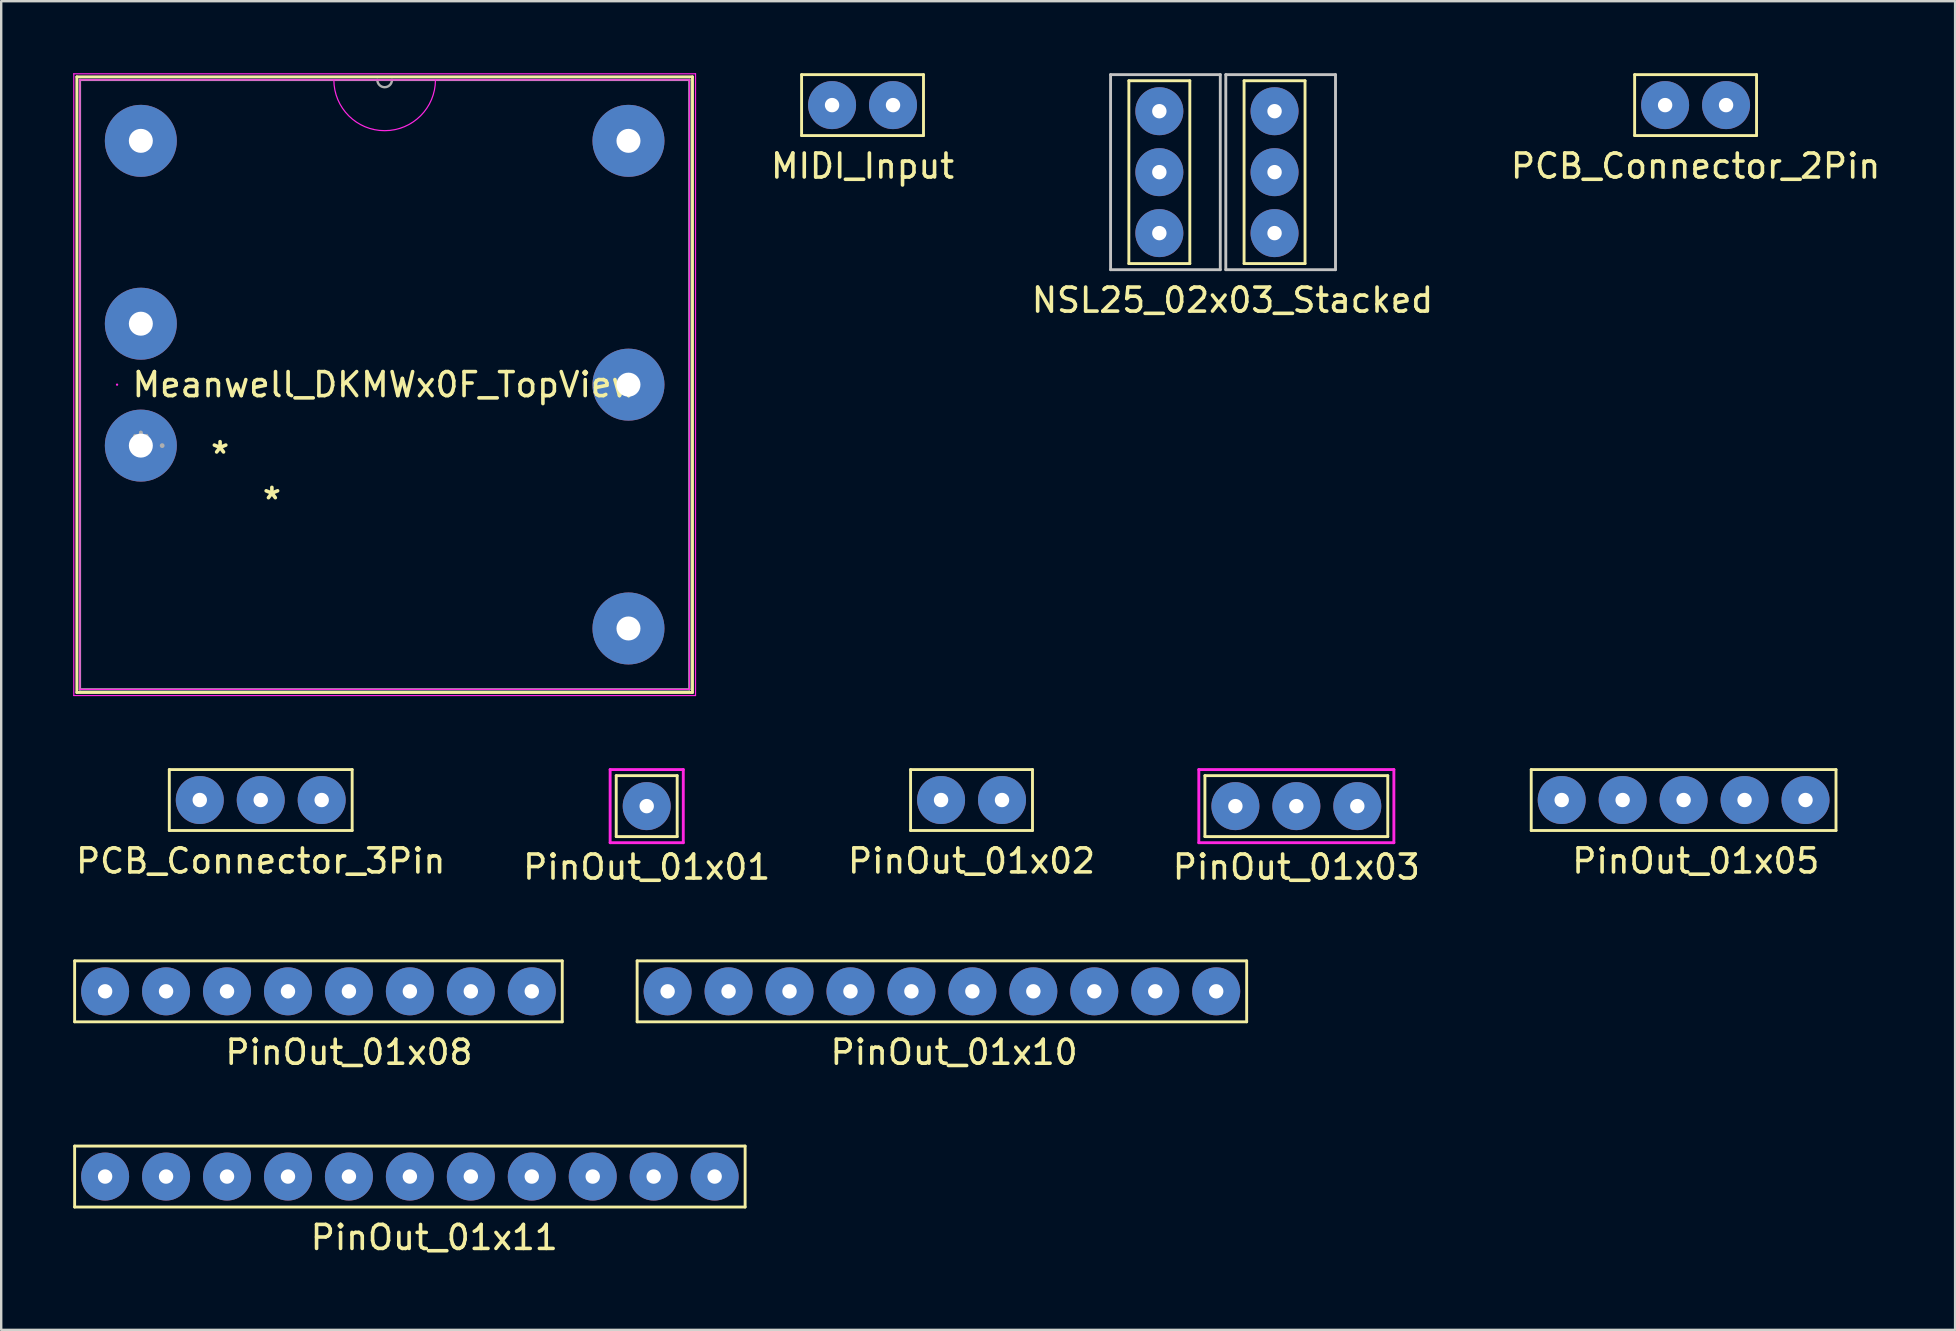
<source format=kicad_pcb>
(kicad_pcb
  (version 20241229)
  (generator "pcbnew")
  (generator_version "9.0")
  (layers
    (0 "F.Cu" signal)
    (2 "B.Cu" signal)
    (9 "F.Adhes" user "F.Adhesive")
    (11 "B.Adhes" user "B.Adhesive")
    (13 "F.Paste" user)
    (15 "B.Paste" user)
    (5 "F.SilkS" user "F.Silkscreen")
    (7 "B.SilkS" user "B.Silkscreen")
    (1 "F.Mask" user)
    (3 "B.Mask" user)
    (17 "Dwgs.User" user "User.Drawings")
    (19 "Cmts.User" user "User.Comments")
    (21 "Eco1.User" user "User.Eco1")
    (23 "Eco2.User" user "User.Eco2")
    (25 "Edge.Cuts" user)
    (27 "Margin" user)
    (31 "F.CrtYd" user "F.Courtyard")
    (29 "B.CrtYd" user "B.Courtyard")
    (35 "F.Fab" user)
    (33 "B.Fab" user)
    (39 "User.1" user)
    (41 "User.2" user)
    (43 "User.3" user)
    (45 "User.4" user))
  (footprint "PinOut_01x01"
    (layer "F.Cu")
    (at 23.899 30.542)
    (property "Reference" "PinOut_01x01" (at 0 2.54 0) (layer "F.SilkS") (effects (font (size 1 1) (thickness 0.15))))
    (attr through_hole)
    (fp_line (start -1.27 -1.27) (end 1.27 -1.27) (stroke (width 0.12) (type solid)) (layer "F.SilkS"))
    (fp_line (start -1.27 1.27) (end -1.27 -1.27) (stroke (width 0.12) (type solid)) (layer "F.SilkS"))
    (fp_line (start 1.27 -1.27) (end 1.27 1.27) (stroke (width 0.12) (type solid)) (layer "F.SilkS"))
    (fp_line (start 1.27 1.27) (end -1.27 1.27) (stroke (width 0.12) (type solid)) (layer "F.SilkS"))
    (fp_line (start -1.524 -1.524) (end 1.524 -1.524) (stroke (width 0.12) (type solid)) (layer "F.CrtYd"))
    (fp_line (start -1.524 1.524) (end -1.524 -1.524) (stroke (width 0.12) (type solid)) (layer "F.CrtYd"))
    (fp_line (start 1.524 -1.524) (end 1.524 1.524) (stroke (width 0.12) (type solid)) (layer "F.CrtYd"))
    (fp_line (start 1.524 1.524) (end -1.524 1.524) (stroke (width 0.12) (type solid)) (layer "F.CrtYd"))
    (pad "1" thru_hole circle (at 0 0) (size 2 2) (drill 0.6) (layers "*.Cu" "*.Mask")))
  (footprint "PinOut_01x11"
    (layer "F.Cu")
    (at 1.33 45.978)
    (property "Reference" "PinOut_01x11" (at 13.716 2.54 0) (layer "F.SilkS") (effects (font (size 1 1) (thickness 0.15))))
    (attr through_hole)
    (fp_line (start -1.27 -1.27) (end 26.67 -1.27) (stroke (width 0.12) (type solid)) (layer "F.SilkS"))
    (fp_line (start -1.27 1.27) (end -1.27 -1.27) (stroke (width 0.12) (type solid)) (layer "F.SilkS"))
    (fp_line (start 26.67 -1.27) (end 26.67 1.27) (stroke (width 0.12) (type solid)) (layer "F.SilkS"))
    (fp_line (start 26.67 1.27) (end -1.27 1.27) (stroke (width 0.12) (type solid)) (layer "F.SilkS"))
    (pad "1" thru_hole circle (at 0 0) (size 2 2) (drill 0.6) (layers "*.Cu" "*.Mask"))
    (pad "2" thru_hole circle (at 2.54 0) (size 2 2) (drill 0.6) (layers "*.Cu" "*.Mask"))
    (pad "3" thru_hole circle (at 5.08 0) (size 2 2) (drill 0.6) (layers "*.Cu" "*.Mask"))
    (pad "4" thru_hole circle (at 7.62 0) (size 2 2) (drill 0.6) (layers "*.Cu" "*.Mask"))
    (pad "5" thru_hole circle (at 10.16 0) (size 2 2) (drill 0.6) (layers "*.Cu" "*.Mask"))
    (pad "6" thru_hole circle (at 12.7 0) (size 2 2) (drill 0.6) (layers "*.Cu" "*.Mask"))
    (pad "7" thru_hole circle (at 15.24 0) (size 2 2) (drill 0.6) (layers "*.Cu" "*.Mask"))
    (pad "8" thru_hole circle (at 17.78 0) (size 2 2) (drill 0.6) (layers "*.Cu" "*.Mask"))
    (pad "9" thru_hole circle (at 20.32 0) (size 2 2) (drill 0.6) (layers "*.Cu" "*.Mask"))
    (pad "10" thru_hole circle (at 22.86 0) (size 2 2) (drill 0.6) (layers "*.Cu" "*.Mask"))
    (pad "11" thru_hole circle (at 25.4 0) (size 2 2) (drill 0.6) (layers "*.Cu" "*.Mask")))
  (footprint "PCB_Connector_2Pin"
    (layer "F.Cu")
    (at 66.337 1.33)
    (property "Reference" "PCB_Connector_2Pin" (at 1.27 2.54 0) (layer "F.SilkS") (effects (font (size 1 1) (thickness 0.15))))
    (attr through_hole)
    (fp_line (start -1.27 -1.27) (end 3.81 -1.27) (stroke (width 0.12) (type solid)) (layer "F.SilkS"))
    (fp_line (start -1.27 1.27) (end -1.27 -1.27) (stroke (width 0.12) (type solid)) (layer "F.SilkS"))
    (fp_line (start 3.81 -1.27) (end 3.81 1.27) (stroke (width 0.12) (type solid)) (layer "F.SilkS"))
    (fp_line (start 3.81 1.27) (end -1.27 1.27) (stroke (width 0.12) (type solid)) (layer "F.SilkS"))
    (pad "1" thru_hole oval (at 0 0) (size 2 2) (drill 0.6) (layers "*.Cu" "*.Mask"))
    (pad "2" thru_hole oval (at 2.54 0) (size 2 2) (drill 0.6) (layers "*.Cu" "*.Mask")))
  (footprint "PCB_Connector_3Pin"
    (layer "F.Cu")
    (at 5.275 30.288)
    (property "Reference" "PCB_Connector_3Pin" (at 2.54 2.54 0) (layer "F.SilkS") (effects (font (size 1 1) (thickness 0.15))))
    (attr through_hole)
    (fp_line (start -1.27 -1.27) (end 6.35 -1.27) (stroke (width 0.12) (type solid)) (layer "F.SilkS"))
    (fp_line (start -1.27 1.27) (end -1.27 -1.27) (stroke (width 0.12) (type solid)) (layer "F.SilkS"))
    (fp_line (start 6.35 -1.27) (end 6.35 1.27) (stroke (width 0.12) (type solid)) (layer "F.SilkS"))
    (fp_line (start 6.35 1.27) (end -1.27 1.27) (stroke (width 0.12) (type solid)) (layer "F.SilkS"))
    (pad "1" thru_hole oval (at 0 0) (size 2 2) (drill 0.6) (layers "*.Cu" "*.Mask"))
    (pad "2" thru_hole oval (at 2.54 0) (size 2 2) (drill 0.6) (layers "*.Cu" "*.Mask"))
    (pad "3" thru_hole oval (at 5.08 0) (size 2 2) (drill 0.6) (layers "*.Cu" "*.Mask")))
  (footprint "Meanwell_DKMWx0F_TopView"
    (layer "F.Cu")
    (at 2.819 15.519)
    (property "Reference" "Meanwell_DKMWx0F_TopView" (at 10.16 -2.54 180) (layer "F.SilkS") (effects (font (size 1 1) (thickness 0.15))))
    (attr through_hole)
    (fp_line (start -2.667 -15.367) (end -2.667 10.287) (stroke (width 0.12) (type solid)) (layer "F.SilkS"))
    (fp_line (start -2.667 10.287) (end 22.987 10.287) (stroke (width 0.12) (type solid)) (layer "F.SilkS"))
    (fp_line (start 22.987 -15.367) (end -2.667 -15.367) (stroke (width 0.12) (type solid)) (layer "F.SilkS"))
    (fp_line (start 22.987 10.287) (end 22.987 -15.367) (stroke (width 0.12) (type solid)) (layer "F.SilkS"))
    (fp_line (start -2.794 -15.494) (end 23.114 -15.494) (stroke (width 0.05) (type solid)) (layer "F.CrtYd"))
    (fp_line (start -2.794 10.414) (end -2.794 -15.494) (stroke (width 0.05) (type solid)) (layer "F.CrtYd"))
    (fp_line (start -2.54 -15.24) (end 22.86 -15.24) (stroke (width 0.05) (type solid)) (layer "F.CrtYd"))
    (fp_line (start -2.54 10.16) (end -2.54 -15.24) (stroke (width 0.05) (type solid)) (layer "F.CrtYd"))
    (fp_line (start 22.86 -15.24) (end 22.86 10.16) (stroke (width 0.05) (type solid)) (layer "F.CrtYd"))
    (fp_line (start 22.86 10.16) (end -2.54 10.16) (stroke (width 0.05) (type solid)) (layer "F.CrtYd"))
    (fp_line (start 23.114 -15.494) (end 23.114 10.414) (stroke (width 0.05) (type solid)) (layer "F.CrtYd"))
    (fp_line (start 23.114 10.414) (end -2.794 10.414) (stroke (width 0.05) (type solid)) (layer "F.CrtYd"))
    (fp_arc (start 12.276667 -15.24) (mid 10.16 -13.123333) (end 8.043333 -15.24) (stroke (width 0.05) (type solid)) (layer "F.CrtYd"))
    (fp_circle (center -0.991 -2.54) (end -0.991 -2.54) (stroke (width 0.05) (type solid)) (fill no) (layer "F.CrtYd"))
    (fp_line (start -2.54 -15.24) (end -2.54 10.16) (stroke (width 0.1) (type solid)) (layer "F.Fab"))
    (fp_line (start -2.54 10.16) (end 22.86 10.16) (stroke (width 0.1) (type solid)) (layer "F.Fab"))
    (fp_line (start 22.86 -15.24) (end -2.54 -15.24) (stroke (width 0.1) (type solid)) (layer "F.Fab"))
    (fp_line (start 22.86 10.16) (end 22.86 -15.24) (stroke (width 0.1) (type solid)) (layer "F.Fab"))
    (fp_arc (start 10.4648 -15.24) (mid 10.16 -14.9352) (end 9.8552 -15.24) (stroke (width 0.1) (type solid)) (layer "F.Fab"))
    (fp_circle (center 0.889 0) (end 0.889 0) (stroke (width 0.1) (type solid)) (fill no) (layer "F.Fab"))
    (fp_text user "*" (at 3.302 0.381 180) (layer "F.SilkS") (effects (font (size 1 1) (thickness 0.15))))
    (fp_text user "*" (at 5.461 2.286 180) (layer "F.SilkS") (effects (font (size 1 1) (thickness 0.15))))
    (fp_text user "Copyright 2021 Accelerated Designs. All rights reserved." (at 0 0 180) (layer "Cmts.User") (effects (font (size 0.127 0.127) (thickness 0.002))))
    (fp_text user "*" (at 0 0 180) (layer "F.Fab") (effects (font (size 1 1) (thickness 0.15))))
    (fp_text user "*" (at 0 0 180) (layer "F.Fab") (effects (font (size 1 1) (thickness 0.15))))
    (pad "1" thru_hole circle (at 0 0) (size 3 3) (drill 1) (layers "*.Cu" "*.Mask"))
    (pad "2" thru_hole circle (at 0 -5.08) (size 3 3) (drill 1) (layers "*.Cu" "*.Mask"))
    (pad "3" thru_hole circle (at 0 -12.7) (size 3 3) (drill 1) (layers "*.Cu" "*.Mask"))
    (pad "4" thru_hole circle (at 20.32 -12.7) (size 3 3) (drill 1) (layers "*.Cu" "*.Mask"))
    (pad "5" thru_hole circle (at 20.32 -2.54) (size 3 3) (drill 1) (layers "*.Cu" "*.Mask"))
    (pad "6" thru_hole circle (at 20.32 7.62) (size 3 3) (drill 1) (layers "*.Cu" "*.Mask")))
  (footprint "PinOut_01x03"
    (layer "F.Cu")
    (at 48.43 30.542)
    (property "Reference" "PinOut_01x03" (at 2.54 2.54 0) (layer "F.SilkS") (effects (font (size 1 1) (thickness 0.15))))
    (attr through_hole)
    (fp_line (start -1.27 -1.27) (end 6.35 -1.27) (stroke (width 0.12) (type solid)) (layer "F.SilkS"))
    (fp_line (start -1.27 1.27) (end -1.27 -1.27) (stroke (width 0.12) (type solid)) (layer "F.SilkS"))
    (fp_line (start 6.35 -1.27) (end 6.35 1.27) (stroke (width 0.12) (type solid)) (layer "F.SilkS"))
    (fp_line (start 6.35 1.27) (end -1.27 1.27) (stroke (width 0.12) (type solid)) (layer "F.SilkS"))
    (fp_line (start -1.524 -1.524) (end 6.604 -1.524) (stroke (width 0.12) (type solid)) (layer "F.CrtYd"))
    (fp_line (start -1.524 1.524) (end -1.524 -1.524) (stroke (width 0.12) (type solid)) (layer "F.CrtYd"))
    (fp_line (start 6.604 -1.524) (end 6.604 1.524) (stroke (width 0.12) (type solid)) (layer "F.CrtYd"))
    (fp_line (start 6.604 1.524) (end -1.524 1.524) (stroke (width 0.12) (type solid)) (layer "F.CrtYd"))
    (pad "1" thru_hole circle (at 0 0) (size 2 2) (drill 0.6) (layers "*.Cu" "*.Mask"))
    (pad "2" thru_hole circle (at 2.54 0) (size 2 2) (drill 0.6) (layers "*.Cu" "*.Mask"))
    (pad "3" thru_hole circle (at 5.08 0) (size 2 2) (drill 0.6) (layers "*.Cu" "*.Mask")))
  (footprint "PinOut_01x10"
    (layer "F.Cu")
    (at 24.77 38.26)
    (property "Reference" "PinOut_01x10" (at 11.938 2.54 0) (layer "F.SilkS") (effects (font (size 1 1) (thickness 0.15))))
    (attr through_hole)
    (fp_line (start -1.27 -1.27) (end 24.13 -1.27) (stroke (width 0.12) (type solid)) (layer "F.SilkS"))
    (fp_line (start -1.27 1.27) (end -1.27 -1.27) (stroke (width 0.12) (type solid)) (layer "F.SilkS"))
    (fp_line (start 24.13 -1.27) (end 24.13 1.27) (stroke (width 0.12) (type solid)) (layer "F.SilkS"))
    (fp_line (start 24.13 1.27) (end -1.27 1.27) (stroke (width 0.12) (type solid)) (layer "F.SilkS"))
    (pad "1" thru_hole circle (at 0 0) (size 2 2) (drill 0.6) (layers "*.Cu" "*.Mask"))
    (pad "2" thru_hole circle (at 2.54 0) (size 2 2) (drill 0.6) (layers "*.Cu" "*.Mask"))
    (pad "3" thru_hole circle (at 5.08 0) (size 2 2) (drill 0.6) (layers "*.Cu" "*.Mask"))
    (pad "4" thru_hole circle (at 7.62 0) (size 2 2) (drill 0.6) (layers "*.Cu" "*.Mask"))
    (pad "5" thru_hole circle (at 10.16 0) (size 2 2) (drill 0.6) (layers "*.Cu" "*.Mask"))
    (pad "6" thru_hole circle (at 12.7 0) (size 2 2) (drill 0.6) (layers "*.Cu" "*.Mask"))
    (pad "7" thru_hole circle (at 15.24 0) (size 2 2) (drill 0.6) (layers "*.Cu" "*.Mask"))
    (pad "8" thru_hole circle (at 17.78 0) (size 2 2) (drill 0.6) (layers "*.Cu" "*.Mask"))
    (pad "9" thru_hole circle (at 20.32 0) (size 2 2) (drill 0.6) (layers "*.Cu" "*.Mask"))
    (pad "10" thru_hole circle (at 22.86 0) (size 2 2) (drill 0.6) (layers "*.Cu" "*.Mask")))
  (footprint "MIDI_Input"
    (layer "F.Cu")
    (at 31.623 1.33)
    (property "Reference" "MIDI_Input" (at 1.27 2.54 0) (layer "F.SilkS") (effects (font (size 1 1) (thickness 0.15))))
    (attr through_hole)
    (fp_line (start -1.27 -1.27) (end 3.81 -1.27) (stroke (width 0.12) (type solid)) (layer "F.SilkS"))
    (fp_line (start -1.27 1.27) (end -1.27 -1.27) (stroke (width 0.12) (type solid)) (layer "F.SilkS"))
    (fp_line (start 3.81 -1.27) (end 3.81 1.27) (stroke (width 0.12) (type solid)) (layer "F.SilkS"))
    (fp_line (start 3.81 1.27) (end -1.27 1.27) (stroke (width 0.12) (type solid)) (layer "F.SilkS"))
    (pad "4" thru_hole circle (at 0 0) (size 2 2) (drill 0.6) (layers "*.Cu" "*.Mask"))
    (pad "5" thru_hole circle (at 2.54 0) (size 2 2) (drill 0.6) (layers "*.Cu" "*.Mask")))
  (footprint "PinOut_01x05"
    (layer "F.Cu")
    (at 59.488 30.288)
    (property "Reference" "PinOut_01x05" (at 8.128 2.54 0) (layer "F.SilkS") (effects (font (size 1 1) (thickness 0.15))))
    (attr through_hole)
    (fp_line (start 1.27 -1.27) (end 13.97 -1.27) (stroke (width 0.12) (type solid)) (layer "F.SilkS"))
    (fp_line (start 1.27 1.27) (end 1.27 -1.27) (stroke (width 0.12) (type solid)) (layer "F.SilkS"))
    (fp_line (start 13.97 -1.27) (end 13.97 1.27) (stroke (width 0.12) (type solid)) (layer "F.SilkS"))
    (fp_line (start 13.97 1.27) (end 1.27 1.27) (stroke (width 0.12) (type solid)) (layer "F.SilkS"))
    (pad "1" thru_hole circle (at 2.54 0) (size 2 2) (drill 0.6) (layers "*.Cu" "*.Mask"))
    (pad "2" thru_hole circle (at 5.08 0) (size 2 2) (drill 0.6) (layers "*.Cu" "*.Mask"))
    (pad "3" thru_hole circle (at 7.62 0) (size 2 2) (drill 0.6) (layers "*.Cu" "*.Mask"))
    (pad "4" thru_hole circle (at 10.16 0) (size 2 2) (drill 0.6) (layers "*.Cu" "*.Mask"))
    (pad "5" thru_hole circle (at 12.7 0) (size 2 2) (drill 0.6) (layers "*.Cu" "*.Mask")))
  (footprint "NSL25_02x03_Stacked"
    (layer "F.Cu")
    (at 47.928 3.921)
    (property "Reference" "NSL25_02x03_Stacked" (at 0.381 5.537 0) (layer "F.SilkS") (effects (font (size 1 1) (thickness 0.15))))
    (attr through_hole)
    (fp_line (start -3.937 -3.607) (end -1.397 -3.607) (stroke (width 0.12) (type solid)) (layer "F.SilkS"))
    (fp_line (start -3.937 4.013) (end -3.937 -3.607) (stroke (width 0.12) (type solid)) (layer "F.SilkS"))
    (fp_line (start -1.397 -3.607) (end -1.397 4.013) (stroke (width 0.12) (type solid)) (layer "F.SilkS"))
    (fp_line (start -1.397 4.013) (end -3.937 4.013) (stroke (width 0.12) (type solid)) (layer "F.SilkS"))
    (fp_line (start 0.864 -3.607) (end 3.404 -3.607) (stroke (width 0.12) (type solid)) (layer "F.SilkS"))
    (fp_line (start 0.864 4.013) (end 0.864 -3.607) (stroke (width 0.12) (type solid)) (layer "F.SilkS"))
    (fp_line (start 3.404 -3.607) (end 3.404 4.013) (stroke (width 0.12) (type solid)) (layer "F.SilkS"))
    (fp_line (start 3.404 4.013) (end 0.864 4.013) (stroke (width 0.12) (type solid)) (layer "F.SilkS"))
    (fp_line (start -4.699 -3.861) (end -4.699 4.267) (stroke (width 0.12) (type solid)) (layer "Dwgs.User"))
    (fp_line (start -0.127 -3.861) (end -4.699 -3.861) (stroke (width 0.12) (type solid)) (layer "Dwgs.User"))
    (fp_line (start -0.127 4.267) (end -4.699 4.267) (stroke (width 0.12) (type solid)) (layer "Dwgs.User"))
    (fp_line (start -0.127 4.267) (end -0.127 -3.861) (stroke (width 0.12) (type solid)) (layer "Dwgs.User"))
    (fp_line (start 0.102 -3.861) (end 0.102 4.267) (stroke (width 0.12) (type solid)) (layer "Dwgs.User"))
    (fp_line (start 4.674 -3.861) (end 0.102 -3.861) (stroke (width 0.12) (type solid)) (layer "Dwgs.User"))
    (fp_line (start 4.674 4.267) (end 0.102 4.267) (stroke (width 0.12) (type solid)) (layer "Dwgs.User"))
    (fp_line (start 4.674 4.267) (end 4.674 -3.861) (stroke (width 0.12) (type solid)) (layer "Dwgs.User"))
    (pad "1" thru_hole circle (at -2.667 -2.337 270) (size 2 2) (drill 0.6) (layers "*.Cu" "*.Mask"))
    (pad "2" thru_hole circle (at 2.134 -2.337 270) (size 2 2) (drill 0.6) (layers "*.Cu" "*.Mask"))
    (pad "3" thru_hole circle (at -2.667 0.203 270) (size 2 2) (drill 0.6) (layers "*.Cu" "*.Mask"))
    (pad "4" thru_hole circle (at 2.134 0.203 270) (size 2 2) (drill 0.6) (layers "*.Cu" "*.Mask"))
    (pad "5" thru_hole circle (at -2.667 2.743 270) (size 2 2) (drill 0.6) (layers "*.Cu" "*.Mask"))
    (pad "6" thru_hole circle (at 2.134 2.743 270) (size 2 2) (drill 0.6) (layers "*.Cu" "*.Mask")))
  (footprint "PinOut_01x08"
    (layer "F.Cu")
    (at 1.33 38.26)
    (property "Reference" "PinOut_01x08" (at 10.16 2.54 0) (layer "F.SilkS") (effects (font (size 1 1) (thickness 0.15))))
    (attr through_hole)
    (fp_line (start -1.27 -1.27) (end 19.05 -1.27) (stroke (width 0.12) (type solid)) (layer "F.SilkS"))
    (fp_line (start -1.27 1.27) (end -1.27 -1.27) (stroke (width 0.12) (type solid)) (layer "F.SilkS"))
    (fp_line (start 19.05 -1.27) (end 19.05 1.27) (stroke (width 0.12) (type solid)) (layer "F.SilkS"))
    (fp_line (start 19.05 1.27) (end -1.27 1.27) (stroke (width 0.12) (type solid)) (layer "F.SilkS"))
    (pad "1" thru_hole circle (at 0 0) (size 2 2) (drill 0.6) (layers "*.Cu" "*.Mask"))
    (pad "2" thru_hole circle (at 2.54 0) (size 2 2) (drill 0.6) (layers "*.Cu" "*.Mask"))
    (pad "3" thru_hole circle (at 5.08 0) (size 2 2) (drill 0.6) (layers "*.Cu" "*.Mask"))
    (pad "4" thru_hole circle (at 7.62 0) (size 2 2) (drill 0.6) (layers "*.Cu" "*.Mask"))
    (pad "5" thru_hole circle (at 10.16 0) (size 2 2) (drill 0.6) (layers "*.Cu" "*.Mask"))
    (pad "6" thru_hole circle (at 12.7 0) (size 2 2) (drill 0.6) (layers "*.Cu" "*.Mask"))
    (pad "7" thru_hole circle (at 15.24 0) (size 2 2) (drill 0.6) (layers "*.Cu" "*.Mask"))
    (pad "8" thru_hole circle (at 17.78 0) (size 2 2) (drill 0.6) (layers "*.Cu" "*.Mask")))
  (footprint "PinOut_01x02"
    (layer "F.Cu")
    (at 36.165 30.288)
    (property "Reference" "PinOut_01x02" (at 1.27 2.54 0) (layer "F.SilkS") (effects (font (size 1 1) (thickness 0.15))))
    (attr through_hole)
    (fp_line (start -1.27 -1.27) (end 3.81 -1.27) (stroke (width 0.12) (type solid)) (layer "F.SilkS"))
    (fp_line (start -1.27 1.27) (end -1.27 -1.27) (stroke (width 0.12) (type solid)) (layer "F.SilkS"))
    (fp_line (start 3.81 -1.27) (end 3.81 1.27) (stroke (width 0.12) (type solid)) (layer "F.SilkS"))
    (fp_line (start 3.81 1.27) (end -1.27 1.27) (stroke (width 0.12) (type solid)) (layer "F.SilkS"))
    (pad "1" thru_hole circle (at 0 0) (size 2 2) (drill 0.6) (layers "*.Cu" "*.Mask"))
    (pad "2" thru_hole circle (at 2.54 0) (size 2 2) (drill 0.6) (layers "*.Cu" "*.Mask")))
  (gr_rect
    (start -3 -3)
    (end 78.422 52.367)
    (stroke (width 0.1) (type default))
    (fill no)
    (layer "Edge.Cuts")))
</source>
